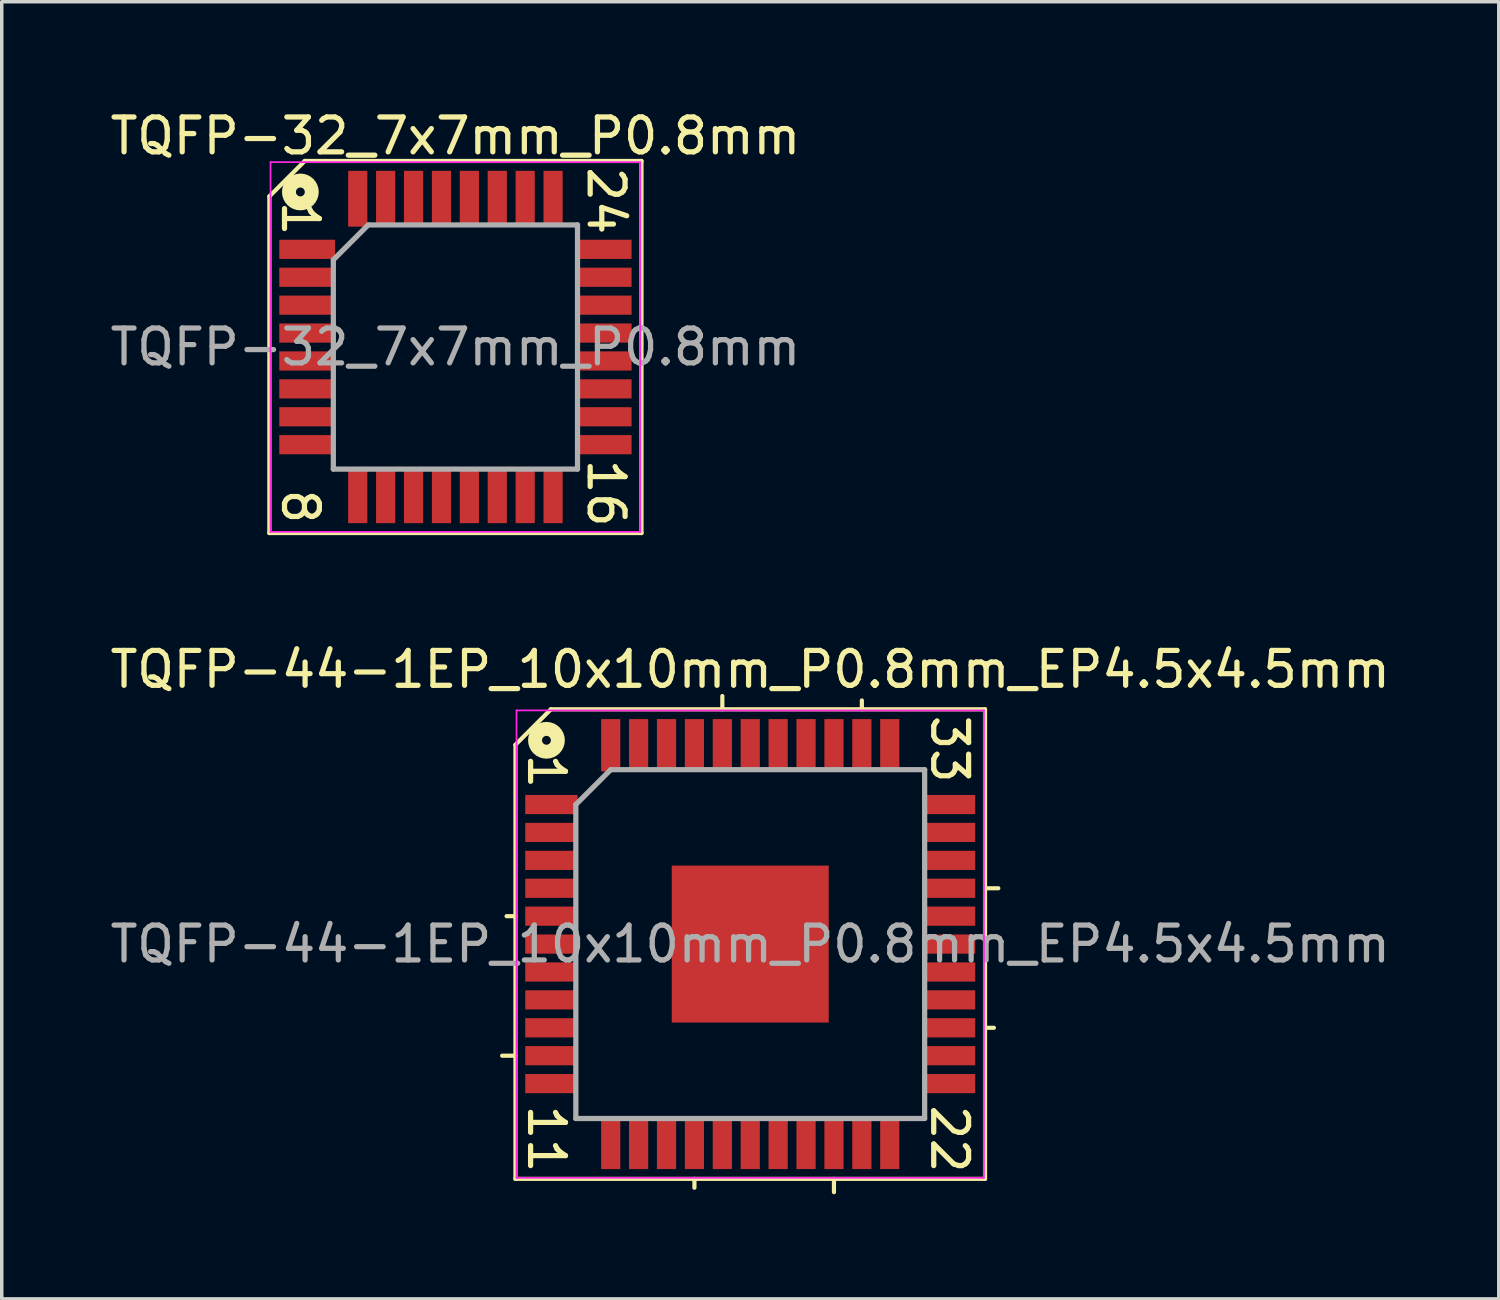
<source format=kicad_pcb>
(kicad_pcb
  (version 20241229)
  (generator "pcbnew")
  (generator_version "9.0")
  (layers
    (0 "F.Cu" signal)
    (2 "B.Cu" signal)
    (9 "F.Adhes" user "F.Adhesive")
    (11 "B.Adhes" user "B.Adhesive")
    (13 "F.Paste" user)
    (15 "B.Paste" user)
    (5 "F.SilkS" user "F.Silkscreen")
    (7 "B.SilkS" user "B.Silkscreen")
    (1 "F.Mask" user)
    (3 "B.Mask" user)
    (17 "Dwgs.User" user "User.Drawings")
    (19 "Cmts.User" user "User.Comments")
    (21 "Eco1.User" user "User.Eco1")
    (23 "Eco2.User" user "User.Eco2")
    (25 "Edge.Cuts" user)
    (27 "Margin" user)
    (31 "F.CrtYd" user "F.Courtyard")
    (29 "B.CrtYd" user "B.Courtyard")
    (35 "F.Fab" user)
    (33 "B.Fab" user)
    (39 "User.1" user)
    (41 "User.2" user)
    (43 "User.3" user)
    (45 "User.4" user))
  (footprint "TQFP-32_7x7mm_P0.8mm"
    (layer "F.Cu")
    (at 10.006 6.898)
    (property "Reference" "TQFP-32_7x7mm_P0.8mm" (at 0 -6.05 0) (layer "F.SilkS") (effects (font (size 1 1) (thickness 0.15))))
    (attr smd)
    (fp_line (start -5.334 -4.318) (end -5.334 5.334) (stroke (width 0.12) (type solid)) (layer "F.SilkS"))
    (fp_line (start -5.334 5.334) (end 5.334 5.334) (stroke (width 0.12) (type solid)) (layer "F.SilkS"))
    (fp_line (start -4.318 -5.334) (end -5.334 -4.318) (stroke (width 0.12) (type solid)) (layer "F.SilkS"))
    (fp_line (start 5.334 -5.334) (end -4.318 -5.334) (stroke (width 0.12) (type solid)) (layer "F.SilkS"))
    (fp_line (start 5.334 5.334) (end 5.334 -5.334) (stroke (width 0.12) (type solid)) (layer "F.SilkS"))
    (fp_circle (center -4.445 -4.445) (end -4.318 -4.445) (stroke (width 0.4) (type solid)) (fill no) (layer "F.SilkS"))
    (fp_line (start -5.3 -5.3) (end -5.3 5.3) (stroke (width 0.05) (type solid)) (layer "F.CrtYd"))
    (fp_line (start -5.3 -5.3) (end 5.3 -5.3) (stroke (width 0.05) (type solid)) (layer "F.CrtYd"))
    (fp_line (start -5.3 5.3) (end 5.3 5.3) (stroke (width 0.05) (type solid)) (layer "F.CrtYd"))
    (fp_line (start 5.3 -5.3) (end 5.3 5.3) (stroke (width 0.05) (type solid)) (layer "F.CrtYd"))
    (fp_line (start -3.5 -2.5) (end -2.5 -3.5) (stroke (width 0.15) (type solid)) (layer "F.Fab"))
    (fp_line (start -3.5 3.5) (end -3.5 -2.5) (stroke (width 0.15) (type solid)) (layer "F.Fab"))
    (fp_line (start -2.5 -3.5) (end 3.5 -3.5) (stroke (width 0.15) (type solid)) (layer "F.Fab"))
    (fp_line (start 3.5 -3.5) (end 3.5 3.5) (stroke (width 0.15) (type solid)) (layer "F.Fab"))
    (fp_line (start 3.5 3.5) (end -3.5 3.5) (stroke (width 0.15) (type solid)) (layer "F.Fab"))
    (fp_text user "16" (at 4.318 4.191 270) (unlocked yes) (layer "F.SilkS") (effects (font (size 1 1) (thickness 0.15))))
    (fp_text user "24" (at 4.318 -4.191 270) (unlocked yes) (layer "F.SilkS") (effects (font (size 1 1) (thickness 0.15))))
    (fp_text user "1" (at -4.445 -3.683 270) (unlocked yes) (layer "F.SilkS") (effects (font (size 1 1) (thickness 0.15))))
    (fp_text user "8" (at -4.445 4.572 270) (unlocked yes) (layer "F.SilkS") (effects (font (size 1 1) (thickness 0.15))))
    (fp_text user "${REFERENCE}" (at 0 0 0) (layer "F.Fab") (effects (font (size 1 1) (thickness 0.15))))
    (pad "1" smd rect (at -4.25 -2.8) (size 1.6 0.55) (layers "F.Cu" "F.Mask" "F.Paste"))
    (pad "2" smd rect (at -4.25 -2) (size 1.6 0.55) (layers "F.Cu" "F.Mask" "F.Paste"))
    (pad "3" smd rect (at -4.25 -1.2) (size 1.6 0.55) (layers "F.Cu" "F.Mask" "F.Paste"))
    (pad "4" smd rect (at -4.25 -0.4) (size 1.6 0.55) (layers "F.Cu" "F.Mask" "F.Paste"))
    (pad "5" smd rect (at -4.25 0.4) (size 1.6 0.55) (layers "F.Cu" "F.Mask" "F.Paste"))
    (pad "6" smd rect (at -4.25 1.2) (size 1.6 0.55) (layers "F.Cu" "F.Mask" "F.Paste"))
    (pad "7" smd rect (at -4.25 2) (size 1.6 0.55) (layers "F.Cu" "F.Mask" "F.Paste"))
    (pad "8" smd rect (at -4.25 2.8) (size 1.6 0.55) (layers "F.Cu" "F.Mask" "F.Paste"))
    (pad "9" smd rect (at -2.8 4.25 90) (size 1.6 0.55) (layers "F.Cu" "F.Mask" "F.Paste"))
    (pad "10" smd rect (at -2 4.25 90) (size 1.6 0.55) (layers "F.Cu" "F.Mask" "F.Paste"))
    (pad "11" smd rect (at -1.2 4.25 90) (size 1.6 0.55) (layers "F.Cu" "F.Mask" "F.Paste"))
    (pad "12" smd rect (at -0.4 4.25 90) (size 1.6 0.55) (layers "F.Cu" "F.Mask" "F.Paste"))
    (pad "13" smd rect (at 0.4 4.25 90) (size 1.6 0.55) (layers "F.Cu" "F.Mask" "F.Paste"))
    (pad "14" smd rect (at 1.2 4.25 90) (size 1.6 0.55) (layers "F.Cu" "F.Mask" "F.Paste"))
    (pad "15" smd rect (at 2 4.25 90) (size 1.6 0.55) (layers "F.Cu" "F.Mask" "F.Paste"))
    (pad "16" smd rect (at 2.8 4.25 90) (size 1.6 0.55) (layers "F.Cu" "F.Mask" "F.Paste"))
    (pad "17" smd rect (at 4.25 2.8) (size 1.6 0.55) (layers "F.Cu" "F.Mask" "F.Paste"))
    (pad "18" smd rect (at 4.25 2) (size 1.6 0.55) (layers "F.Cu" "F.Mask" "F.Paste"))
    (pad "19" smd rect (at 4.25 1.2) (size 1.6 0.55) (layers "F.Cu" "F.Mask" "F.Paste"))
    (pad "20" smd rect (at 4.25 0.4) (size 1.6 0.55) (layers "F.Cu" "F.Mask" "F.Paste"))
    (pad "21" smd rect (at 4.25 -0.4) (size 1.6 0.55) (layers "F.Cu" "F.Mask" "F.Paste"))
    (pad "22" smd rect (at 4.25 -1.2) (size 1.6 0.55) (layers "F.Cu" "F.Mask" "F.Paste"))
    (pad "23" smd rect (at 4.25 -2) (size 1.6 0.55) (layers "F.Cu" "F.Mask" "F.Paste"))
    (pad "24" smd rect (at 4.25 -2.8) (size 1.6 0.55) (layers "F.Cu" "F.Mask" "F.Paste"))
    (pad "25" smd rect (at 2.8 -4.25 90) (size 1.6 0.55) (layers "F.Cu" "F.Mask" "F.Paste"))
    (pad "26" smd rect (at 2 -4.25 90) (size 1.6 0.55) (layers "F.Cu" "F.Mask" "F.Paste"))
    (pad "27" smd rect (at 1.2 -4.25 90) (size 1.6 0.55) (layers "F.Cu" "F.Mask" "F.Paste"))
    (pad "28" smd rect (at 0.4 -4.25 90) (size 1.6 0.55) (layers "F.Cu" "F.Mask" "F.Paste"))
    (pad "29" smd rect (at -0.4 -4.25 90) (size 1.6 0.55) (layers "F.Cu" "F.Mask" "F.Paste"))
    (pad "30" smd rect (at -1.2 -4.25 90) (size 1.6 0.55) (layers "F.Cu" "F.Mask" "F.Paste"))
    (pad "31" smd rect (at -2 -4.25 90) (size 1.6 0.55) (layers "F.Cu" "F.Mask" "F.Paste"))
    (pad "32" smd rect (at -2.8 -4.25 90) (size 1.6 0.55) (layers "F.Cu" "F.Mask" "F.Paste")))
  (footprint "TQFP-44-1EP_10x10mm_P0.8mm_EP4.5x4.5mm"
    (layer "F.Cu")
    (at 18.458 24.015)
    (property "Reference" "TQFP-44-1EP_10x10mm_P0.8mm_EP4.5x4.5mm" (at 0 -7.874 0) (layer "F.SilkS") (effects (font (size 1 1) (thickness 0.15))))
    (attr smd)
    (fp_line (start -6.731 -5.715) (end -6.731 6.731) (stroke (width 0.12) (type solid)) (layer "F.SilkS"))
    (fp_line (start -6.731 -0.8) (end -6.985 -0.8) (stroke (width 0.12) (type solid)) (layer "F.SilkS"))
    (fp_line (start -6.731 3.2) (end -7.112 3.2) (stroke (width 0.12) (type solid)) (layer "F.SilkS"))
    (fp_line (start -6.731 6.731) (end 6.731 6.731) (stroke (width 0.12) (type solid)) (layer "F.SilkS"))
    (fp_line (start -5.715 -6.731) (end -6.731 -5.715) (stroke (width 0.12) (type solid)) (layer "F.SilkS"))
    (fp_line (start -1.6 6.731) (end -1.6 6.985) (stroke (width 0.12) (type solid)) (layer "F.SilkS"))
    (fp_line (start -0.8 -6.731) (end -0.8 -7.112) (stroke (width 0.12) (type solid)) (layer "F.SilkS"))
    (fp_line (start 2.4 6.731) (end 2.4 7.112) (stroke (width 0.12) (type solid)) (layer "F.SilkS"))
    (fp_line (start 3.2 -6.731) (end 3.2 -6.985) (stroke (width 0.12) (type solid)) (layer "F.SilkS"))
    (fp_line (start 6.731 -6.731) (end -5.715 -6.731) (stroke (width 0.12) (type solid)) (layer "F.SilkS"))
    (fp_line (start 6.731 -1.6) (end 7.112 -1.6) (stroke (width 0.12) (type solid)) (layer "F.SilkS"))
    (fp_line (start 6.731 2.4) (end 6.985 2.4) (stroke (width 0.12) (type solid)) (layer "F.SilkS"))
    (fp_line (start 6.731 6.731) (end 6.731 -6.731) (stroke (width 0.12) (type solid)) (layer "F.SilkS"))
    (fp_circle (center -5.842 -5.842) (end -5.715 -5.842) (stroke (width 0.4) (type solid)) (fill no) (layer "F.SilkS"))
    (fp_line (start -6.7 -6.7) (end -6.7 6.7) (stroke (width 0.05) (type solid)) (layer "F.CrtYd"))
    (fp_line (start -6.7 -6.7) (end 6.7 -6.7) (stroke (width 0.05) (type solid)) (layer "F.CrtYd"))
    (fp_line (start -6.7 6.7) (end 6.7 6.7) (stroke (width 0.05) (type solid)) (layer "F.CrtYd"))
    (fp_line (start 6.7 -6.7) (end 6.7 6.7) (stroke (width 0.05) (type solid)) (layer "F.CrtYd"))
    (fp_line (start -5 -4) (end -4 -5) (stroke (width 0.15) (type solid)) (layer "F.Fab"))
    (fp_line (start -5 5) (end -5 -4) (stroke (width 0.15) (type solid)) (layer "F.Fab"))
    (fp_line (start -4 -5) (end 5 -5) (stroke (width 0.15) (type solid)) (layer "F.Fab"))
    (fp_line (start 5 -5) (end 5 5) (stroke (width 0.15) (type solid)) (layer "F.Fab"))
    (fp_line (start 5 5) (end -5 5) (stroke (width 0.15) (type solid)) (layer "F.Fab"))
    (fp_text user "1" (at -5.842 -4.953 270) (unlocked yes) (layer "F.SilkS") (effects (font (size 1 1) (thickness 0.15))))
    (fp_text user "22" (at 5.715 5.588 270) (unlocked yes) (layer "F.SilkS") (effects (font (size 1 1) (thickness 0.15))))
    (fp_text user "11" (at -5.842 5.588 270) (unlocked yes) (layer "F.SilkS") (effects (font (size 1 1) (thickness 0.15))))
    (fp_text user "33" (at 5.715 -5.588 270) (unlocked yes) (layer "F.SilkS") (effects (font (size 1 1) (thickness 0.15))))
    (fp_text user "${REFERENCE}" (at 0 0 0) (layer "F.Fab") (effects (font (size 1 1) (thickness 0.15))))
    (pad "" smd rect (at -1.5 -1.5) (size 1.16 1.16) (layers "F.Paste"))
    (pad "" smd rect (at -1.5 0) (size 1.16 1.16) (layers "F.Paste"))
    (pad "" smd rect (at -1.5 1.5) (size 1.16 1.16) (layers "F.Paste"))
    (pad "" smd rect (at 0 -1.5) (size 1.16 1.16) (layers "F.Paste"))
    (pad "" smd rect (at 0 0) (size 1.16 1.16) (layers "F.Paste"))
    (pad "" smd rect (at 0 1.5) (size 1.16 1.16) (layers "F.Paste"))
    (pad "" smd rect (at 1.5 -1.5) (size 1.16 1.16) (layers "F.Paste"))
    (pad "" smd rect (at 1.5 0) (size 1.16 1.16) (layers "F.Paste"))
    (pad "" smd rect (at 1.5 1.5) (size 1.16 1.16) (layers "F.Paste"))
    (pad "1" smd rect (at -5.7 -4) (size 1.5 0.55) (layers "F.Cu" "F.Mask" "F.Paste"))
    (pad "2" smd rect (at -5.7 -3.2) (size 1.5 0.55) (layers "F.Cu" "F.Mask" "F.Paste"))
    (pad "3" smd rect (at -5.7 -2.4) (size 1.5 0.55) (layers "F.Cu" "F.Mask" "F.Paste"))
    (pad "4" smd rect (at -5.7 -1.6) (size 1.5 0.55) (layers "F.Cu" "F.Mask" "F.Paste"))
    (pad "5" smd rect (at -5.7 -0.8) (size 1.5 0.55) (layers "F.Cu" "F.Mask" "F.Paste"))
    (pad "6" smd rect (at -5.7 0) (size 1.5 0.55) (layers "F.Cu" "F.Mask" "F.Paste"))
    (pad "7" smd rect (at -5.7 0.8) (size 1.5 0.55) (layers "F.Cu" "F.Mask" "F.Paste"))
    (pad "8" smd rect (at -5.7 1.6) (size 1.5 0.55) (layers "F.Cu" "F.Mask" "F.Paste"))
    (pad "9" smd rect (at -5.7 2.4) (size 1.5 0.55) (layers "F.Cu" "F.Mask" "F.Paste"))
    (pad "10" smd rect (at -5.7 3.2) (size 1.5 0.55) (layers "F.Cu" "F.Mask" "F.Paste"))
    (pad "11" smd rect (at -5.7 4) (size 1.5 0.55) (layers "F.Cu" "F.Mask" "F.Paste"))
    (pad "12" smd rect (at -4 5.7 90) (size 1.5 0.55) (layers "F.Cu" "F.Mask" "F.Paste"))
    (pad "13" smd rect (at -3.2 5.7 90) (size 1.5 0.55) (layers "F.Cu" "F.Mask" "F.Paste"))
    (pad "14" smd rect (at -2.4 5.7 90) (size 1.5 0.55) (layers "F.Cu" "F.Mask" "F.Paste"))
    (pad "15" smd rect (at -1.6 5.7 90) (size 1.5 0.55) (layers "F.Cu" "F.Mask" "F.Paste"))
    (pad "16" smd rect (at -0.8 5.7 90) (size 1.5 0.55) (layers "F.Cu" "F.Mask" "F.Paste"))
    (pad "17" smd rect (at 0 5.7 90) (size 1.5 0.55) (layers "F.Cu" "F.Mask" "F.Paste"))
    (pad "18" smd rect (at 0.8 5.7 90) (size 1.5 0.55) (layers "F.Cu" "F.Mask" "F.Paste"))
    (pad "19" smd rect (at 1.6 5.7 90) (size 1.5 0.55) (layers "F.Cu" "F.Mask" "F.Paste"))
    (pad "20" smd rect (at 2.4 5.7 90) (size 1.5 0.55) (layers "F.Cu" "F.Mask" "F.Paste"))
    (pad "21" smd rect (at 3.2 5.7 90) (size 1.5 0.55) (layers "F.Cu" "F.Mask" "F.Paste"))
    (pad "22" smd rect (at 4 5.7 90) (size 1.5 0.55) (layers "F.Cu" "F.Mask" "F.Paste"))
    (pad "23" smd rect (at 5.7 4) (size 1.5 0.55) (layers "F.Cu" "F.Mask" "F.Paste"))
    (pad "24" smd rect (at 5.7 3.2) (size 1.5 0.55) (layers "F.Cu" "F.Mask" "F.Paste"))
    (pad "25" smd rect (at 5.7 2.4) (size 1.5 0.55) (layers "F.Cu" "F.Mask" "F.Paste"))
    (pad "26" smd rect (at 5.7 1.6) (size 1.5 0.55) (layers "F.Cu" "F.Mask" "F.Paste"))
    (pad "27" smd rect (at 5.7 0.8) (size 1.5 0.55) (layers "F.Cu" "F.Mask" "F.Paste"))
    (pad "28" smd rect (at 5.7 0) (size 1.5 0.55) (layers "F.Cu" "F.Mask" "F.Paste"))
    (pad "29" smd rect (at 5.7 -0.8) (size 1.5 0.55) (layers "F.Cu" "F.Mask" "F.Paste"))
    (pad "30" smd rect (at 5.7 -1.6) (size 1.5 0.55) (layers "F.Cu" "F.Mask" "F.Paste"))
    (pad "31" smd rect (at 5.7 -2.4) (size 1.5 0.55) (layers "F.Cu" "F.Mask" "F.Paste"))
    (pad "32" smd rect (at 5.7 -3.2) (size 1.5 0.55) (layers "F.Cu" "F.Mask" "F.Paste"))
    (pad "33" smd rect (at 5.7 -4) (size 1.5 0.55) (layers "F.Cu" "F.Mask" "F.Paste"))
    (pad "34" smd rect (at 4 -5.7 90) (size 1.5 0.55) (layers "F.Cu" "F.Mask" "F.Paste"))
    (pad "35" smd rect (at 3.2 -5.7 90) (size 1.5 0.55) (layers "F.Cu" "F.Mask" "F.Paste"))
    (pad "36" smd rect (at 2.4 -5.7 90) (size 1.5 0.55) (layers "F.Cu" "F.Mask" "F.Paste"))
    (pad "37" smd rect (at 1.6 -5.7 90) (size 1.5 0.55) (layers "F.Cu" "F.Mask" "F.Paste"))
    (pad "38" smd rect (at 0.8 -5.7 90) (size 1.5 0.55) (layers "F.Cu" "F.Mask" "F.Paste"))
    (pad "39" smd rect (at 0 -5.7 90) (size 1.5 0.55) (layers "F.Cu" "F.Mask" "F.Paste"))
    (pad "40" smd rect (at -0.8 -5.7 90) (size 1.5 0.55) (layers "F.Cu" "F.Mask" "F.Paste"))
    (pad "41" smd rect (at -1.6 -5.7 90) (size 1.5 0.55) (layers "F.Cu" "F.Mask" "F.Paste"))
    (pad "42" smd rect (at -2.4 -5.7 90) (size 1.5 0.55) (layers "F.Cu" "F.Mask" "F.Paste"))
    (pad "43" smd rect (at -3.2 -5.7 90) (size 1.5 0.55) (layers "F.Cu" "F.Mask" "F.Paste"))
    (pad "44" smd rect (at -4 -5.7 90) (size 1.5 0.55) (layers "F.Cu" "F.Mask" "F.Paste"))
    (pad "45" smd rect (at 0 0) (size 4.5 4.5) (layers "F.Cu" "F.Mask")))
  (gr_rect
    (start -3 -3)
    (end 39.917 34.187)
    (stroke (width 0.1) (type default))
    (fill no)
    (layer "Edge.Cuts")))
</source>
